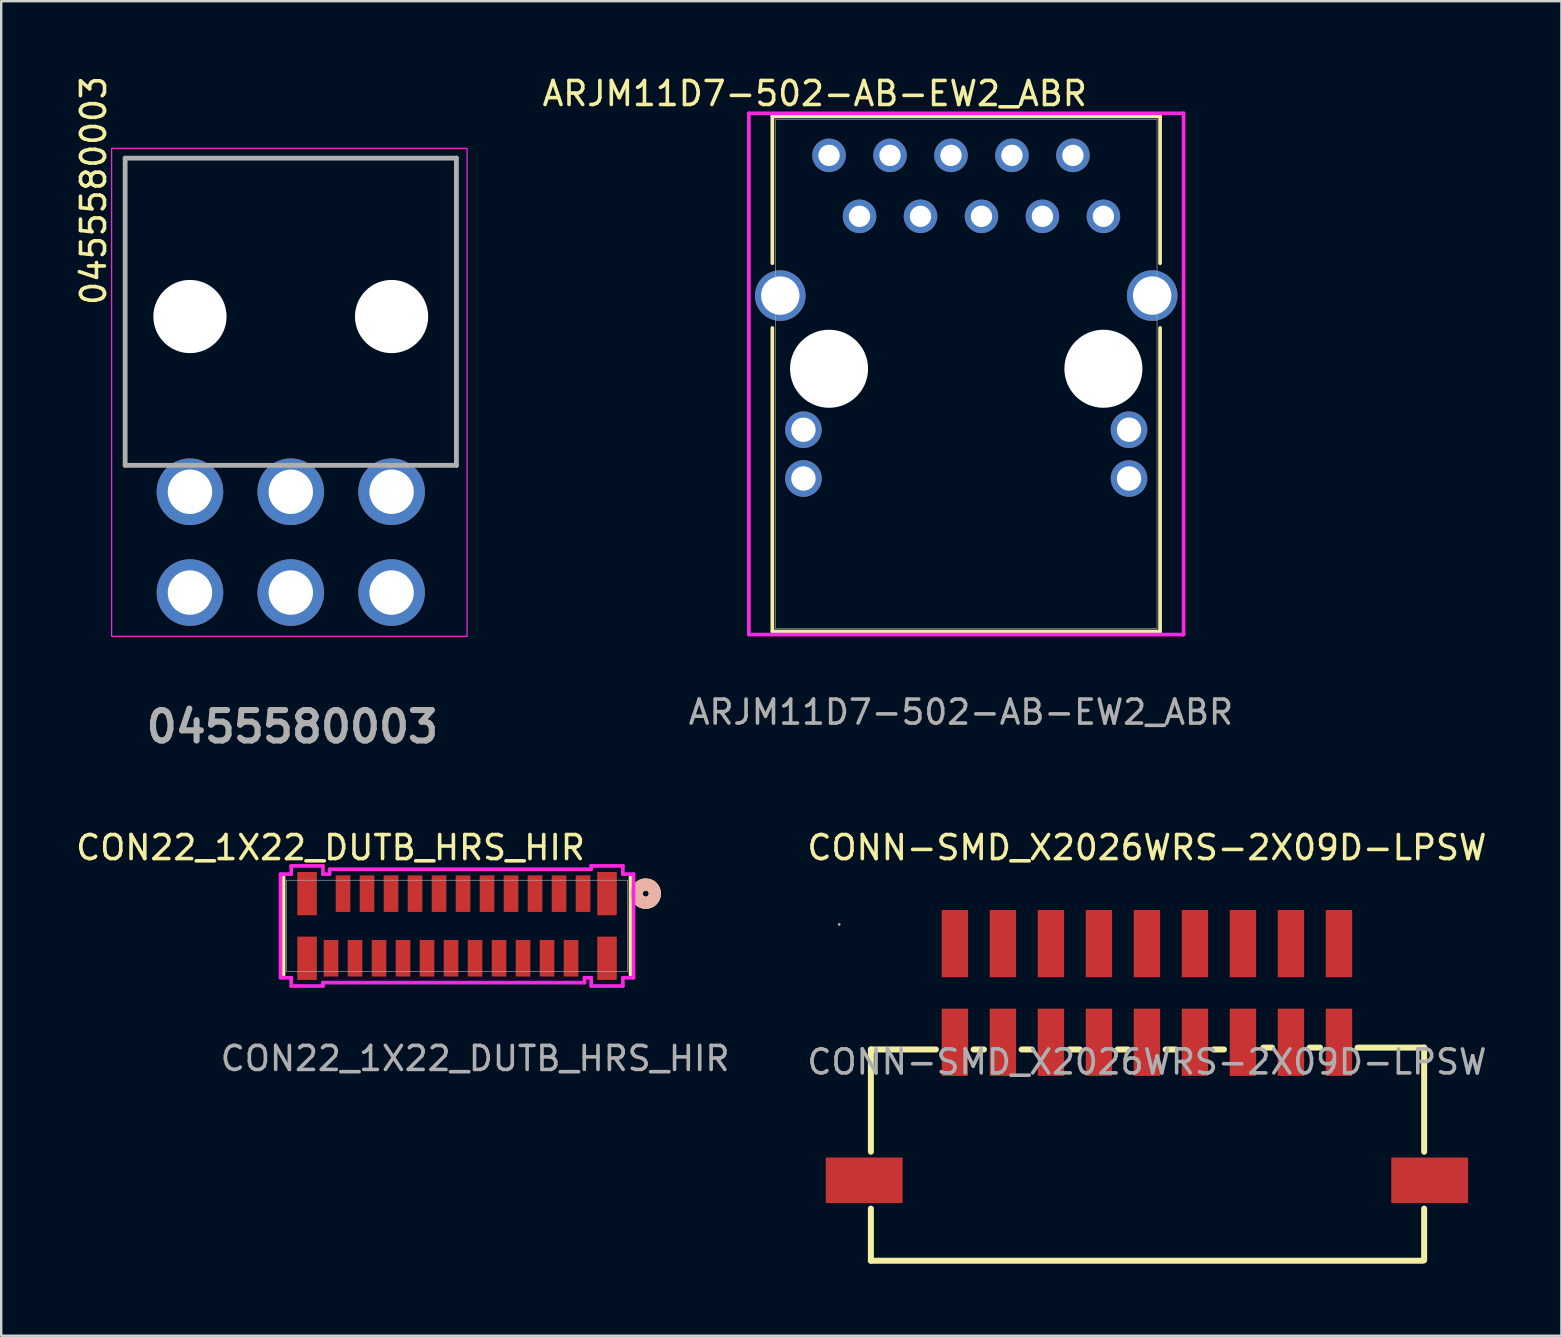
<source format=kicad_pcb>
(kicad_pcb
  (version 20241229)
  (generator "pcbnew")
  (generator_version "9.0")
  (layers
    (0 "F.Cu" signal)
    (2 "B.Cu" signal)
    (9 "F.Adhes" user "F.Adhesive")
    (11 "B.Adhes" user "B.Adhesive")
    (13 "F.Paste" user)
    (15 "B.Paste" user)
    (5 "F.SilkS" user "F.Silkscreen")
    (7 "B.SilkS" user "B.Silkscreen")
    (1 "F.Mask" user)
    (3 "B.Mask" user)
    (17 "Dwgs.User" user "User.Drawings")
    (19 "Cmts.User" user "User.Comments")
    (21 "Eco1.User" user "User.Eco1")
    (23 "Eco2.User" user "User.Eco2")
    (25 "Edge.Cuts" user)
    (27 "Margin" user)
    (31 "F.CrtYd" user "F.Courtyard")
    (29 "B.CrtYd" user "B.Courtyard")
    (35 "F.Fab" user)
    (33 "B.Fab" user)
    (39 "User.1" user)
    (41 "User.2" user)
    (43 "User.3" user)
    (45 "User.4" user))
  (footprint "CONN-SMD_X2026WRS-2X09D-LPSW"
    (layer "F.Cu")
    (at 44.732 41.193)
    (property "Reference" "CONN-SMD_X2026WRS-2X09D-LPSW" (at 0 -8.93 0) (layer "F.SilkS") (effects (font (size 1 1) (thickness 0.15))))
    (attr smd)
    (fp_line (start -11.5 -0.52) (end -8.79 -0.52) (stroke (width 0.25) (type solid)) (layer "F.SilkS"))
    (fp_line (start -11.5 3.74) (end -11.5 -0.52) (stroke (width 0.25) (type solid)) (layer "F.SilkS"))
    (fp_line (start -11.5 8.28) (end -11.5 6.11) (stroke (width 0.25) (type solid)) (layer "F.SilkS"))
    (fp_line (start -11.5 8.28) (end 11.5 8.28) (stroke (width 0.25) (type solid)) (layer "F.SilkS"))
    (fp_line (start -7.22 -0.52) (end -6.79 -0.52) (stroke (width 0.25) (type solid)) (layer "F.SilkS"))
    (fp_line (start -5.22 -0.52) (end -4.79 -0.52) (stroke (width 0.25) (type solid)) (layer "F.SilkS"))
    (fp_line (start -3.22 -0.52) (end -2.79 -0.52) (stroke (width 0.25) (type solid)) (layer "F.SilkS"))
    (fp_line (start -1.22 -0.52) (end -0.79 -0.52) (stroke (width 0.25) (type solid)) (layer "F.SilkS"))
    (fp_line (start 0.78 -0.52) (end 1.21 -0.52) (stroke (width 0.25) (type solid)) (layer "F.SilkS"))
    (fp_line (start 2.78 -0.52) (end 3.21 -0.52) (stroke (width 0.25) (type solid)) (layer "F.SilkS"))
    (fp_line (start 5.21 -0.6) (end 4.85 -0.6) (stroke (width 0.25) (type solid)) (layer "F.SilkS"))
    (fp_line (start 7.21 -0.6) (end 6.78 -0.6) (stroke (width 0.25) (type solid)) (layer "F.SilkS"))
    (fp_line (start 8.78 -0.6) (end 11.55 -0.6) (stroke (width 0.25) (type solid)) (layer "F.SilkS"))
    (fp_line (start 11.55 -0.6) (end 11.55 3.74) (stroke (width 0.25) (type solid)) (layer "F.SilkS"))
    (fp_line (start 11.55 6.11) (end 11.55 8.26) (stroke (width 0.25) (type solid)) (layer "F.SilkS"))
    (fp_circle (center -12.82 -5.73) (end -12.79 -5.73) (stroke (width 0.06) (type solid)) (fill no) (layer "F.Fab"))
    (fp_text user "${REFERENCE}" (at 0 0 0) (layer "F.Fab") (effects (font (size 1 1) (thickness 0.15))))
    (pad "1" smd rect (at -8 -0.82) (size 1.1 2.8) (layers "F.Cu" "F.Mask" "F.Paste"))
    (pad "2" smd rect (at -8 -4.93) (size 1.1 2.8) (layers "F.Cu" "F.Mask" "F.Paste"))
    (pad "3" smd rect (at -6 -0.82) (size 1.1 2.8) (layers "F.Cu" "F.Mask" "F.Paste"))
    (pad "4" smd rect (at -6 -4.93) (size 1.1 2.8) (layers "F.Cu" "F.Mask" "F.Paste"))
    (pad "5" smd rect (at -4 -0.82) (size 1.1 2.8) (layers "F.Cu" "F.Mask" "F.Paste"))
    (pad "6" smd rect (at -4 -4.93) (size 1.1 2.8) (layers "F.Cu" "F.Mask" "F.Paste"))
    (pad "7" smd rect (at -2 -0.82) (size 1.1 2.8) (layers "F.Cu" "F.Mask" "F.Paste"))
    (pad "8" smd rect (at -2 -4.93) (size 1.1 2.8) (layers "F.Cu" "F.Mask" "F.Paste"))
    (pad "9" smd rect (at 0 -0.82) (size 1.1 2.8) (layers "F.Cu" "F.Mask" "F.Paste"))
    (pad "10" smd rect (at 0 -4.93) (size 1.1 2.8) (layers "F.Cu" "F.Mask" "F.Paste"))
    (pad "11" smd rect (at 2 -0.82) (size 1.1 2.8) (layers "F.Cu" "F.Mask" "F.Paste"))
    (pad "12" smd rect (at 2 -4.93) (size 1.1 2.8) (layers "F.Cu" "F.Mask" "F.Paste"))
    (pad "13" smd rect (at 4 -0.82) (size 1.1 2.8) (layers "F.Cu" "F.Mask" "F.Paste"))
    (pad "14" smd rect (at 4 -4.93) (size 1.1 2.8) (layers "F.Cu" "F.Mask" "F.Paste"))
    (pad "15" smd rect (at 6 -0.82) (size 1.1 2.8) (layers "F.Cu" "F.Mask" "F.Paste"))
    (pad "16" smd rect (at 6 -4.93) (size 1.1 2.8) (layers "F.Cu" "F.Mask" "F.Paste"))
    (pad "17" smd rect (at 8 -0.82) (size 1.1 2.8) (layers "F.Cu" "F.Mask" "F.Paste"))
    (pad "18" smd rect (at 8 -4.93) (size 1.1 2.8) (layers "F.Cu" "F.Mask" "F.Paste"))
    (pad "19" smd rect (at 11.78 4.93 180) (size 3.2 1.9) (layers "F.Cu" "F.Mask" "F.Paste"))
    (pad "20" smd rect (at -11.78 4.93 180) (size 3.2 1.9) (layers "F.Cu" "F.Mask" "F.Paste")))
  (footprint "ARJM11D7-502-AB-EW2_ABR"
    (layer "F.Cu")
    (at 42.919 5.963)
    (property "Reference" "ARJM11D7-502-AB-EW2_ABR" (at -12.025 -5.115 0) (unlocked yes) (layer "F.SilkS") (effects (font (size 1 1) (thickness 0.15))))
    (attr through_hole)
    (fp_line (start -13.792 -4.166) (end -13.792 1.955) (stroke (width 0.152) (type solid)) (layer "F.SilkS"))
    (fp_line (start -13.792 4.649) (end -13.792 17.297) (stroke (width 0.152) (type solid)) (layer "F.SilkS"))
    (fp_line (start -13.792 17.297) (end 2.362 17.297) (stroke (width 0.152) (type solid)) (layer "F.SilkS"))
    (fp_line (start 2.362 -4.166) (end -13.792 -4.166) (stroke (width 0.152) (type solid)) (layer "F.SilkS"))
    (fp_line (start 2.362 1.955) (end 2.362 -4.166) (stroke (width 0.152) (type solid)) (layer "F.SilkS"))
    (fp_line (start 2.362 17.297) (end 2.362 4.649) (stroke (width 0.152) (type solid)) (layer "F.SilkS"))
    (fp_line (start -14.77 -4.293) (end -14.77 17.424) (stroke (width 0.152) (type solid)) (layer "F.CrtYd"))
    (fp_line (start -14.77 17.424) (end 3.34 17.424) (stroke (width 0.152) (type solid)) (layer "F.CrtYd"))
    (fp_line (start 3.34 -4.293) (end -14.77 -4.293) (stroke (width 0.152) (type solid)) (layer "F.CrtYd"))
    (fp_line (start 3.34 17.424) (end 3.34 -4.293) (stroke (width 0.152) (type solid)) (layer "F.CrtYd"))
    (fp_line (start -13.665 -4.039) (end -13.665 17.17) (stroke (width 0.025) (type solid)) (layer "F.Fab"))
    (fp_line (start -13.665 17.17) (end 2.235 17.17) (stroke (width 0.025) (type solid)) (layer "F.Fab"))
    (fp_line (start 2.235 -4.039) (end -13.665 -4.039) (stroke (width 0.025) (type solid)) (layer "F.Fab"))
    (fp_line (start 2.235 17.17) (end 2.235 -4.039) (stroke (width 0.025) (type solid)) (layer "F.Fab"))
    (fp_text user "${REFERENCE}" (at -5.935 20.655 0) (unlocked yes) (layer "F.Fab") (effects (font (size 1 1) (thickness 0.15))))
    (pad "" np_thru_hole circle (at -11.43 6.35) (size 3.251 3.251) (drill 3.251) (layers "*.Cu" "*.Mask"))
    (pad "" np_thru_hole circle (at 0 6.35) (size 3.251 3.251) (drill 3.251) (layers "*.Cu" "*.Mask"))
    (pad "1" thru_hole circle (at 0 0) (size 1.397 1.397) (drill 0.889) (layers "*.Cu" "*.Mask"))
    (pad "2" thru_hole circle (at -1.27 -2.54) (size 1.397 1.397) (drill 0.889) (layers "*.Cu" "*.Mask"))
    (pad "3" thru_hole circle (at -2.54 0) (size 1.397 1.397) (drill 0.889) (layers "*.Cu" "*.Mask"))
    (pad "4" thru_hole circle (at -3.81 -2.54) (size 1.397 1.397) (drill 0.889) (layers "*.Cu" "*.Mask"))
    (pad "5" thru_hole circle (at -5.08 0) (size 1.397 1.397) (drill 0.889) (layers "*.Cu" "*.Mask"))
    (pad "6" thru_hole circle (at -6.35 -2.54) (size 1.397 1.397) (drill 0.889) (layers "*.Cu" "*.Mask"))
    (pad "7" thru_hole circle (at -7.62 0) (size 1.397 1.397) (drill 0.889) (layers "*.Cu" "*.Mask"))
    (pad "8" thru_hole circle (at -8.89 -2.54) (size 1.397 1.397) (drill 0.889) (layers "*.Cu" "*.Mask"))
    (pad "9" thru_hole circle (at -10.16 0) (size 1.397 1.397) (drill 0.889) (layers "*.Cu" "*.Mask"))
    (pad "10" thru_hole circle (at -11.43 -2.54) (size 1.397 1.397) (drill 0.889) (layers "*.Cu" "*.Mask"))
    (pad "11" thru_hole circle (at -12.497 8.89) (size 1.524 1.524) (drill 1.016) (layers "*.Cu" "*.Mask"))
    (pad "12" thru_hole circle (at -12.497 10.922) (size 1.524 1.524) (drill 1.016) (layers "*.Cu" "*.Mask"))
    (pad "13" thru_hole circle (at 1.067 8.89) (size 1.524 1.524) (drill 1.016) (layers "*.Cu" "*.Mask"))
    (pad "14" thru_hole circle (at 1.067 10.922) (size 1.524 1.524) (drill 1.016) (layers "*.Cu" "*.Mask"))
    (pad "15" thru_hole circle (at -13.462 3.302) (size 2.108 2.108) (drill 1.6) (layers "*.Cu" "*.Mask"))
    (pad "16" thru_hole circle (at 2.032 3.302) (size 2.108 2.108) (drill 1.6) (layers "*.Cu" "*.Mask")))
  (footprint "0455580003"
    (layer "F.Cu")
    (at 4.864 17.437)
    (property "Reference" "0455580003" (at -4.016 -12.55 90) (layer "F.SilkS") (effects (font (size 1 1) (thickness 0.15))))
    (attr through_hole)
    (fp_line (start -2.7 -13.9) (end 11.1 -13.9) (stroke (width 0.1) (type solid)) (layer "F.SilkS"))
    (fp_line (start -2.7 -1.35) (end -2.7 -13.9) (stroke (width 0.1) (type solid)) (layer "F.SilkS"))
    (fp_line (start 11.1 -13.9) (end 11.1 -1.35) (stroke (width 0.1) (type solid)) (layer "F.SilkS"))
    (fp_rect (start -3.263 -14.307) (end 11.546 6.024) (stroke (width 0.05) (type default)) (fill no) (layer "F.CrtYd"))
    (fp_line (start -2.7 -13.9) (end 11.1 -13.9) (stroke (width 0.2) (type solid)) (layer "F.Fab"))
    (fp_line (start -2.7 -1.1) (end -2.7 -13.9) (stroke (width 0.2) (type solid)) (layer "F.Fab"))
    (fp_line (start 11.1 -13.9) (end 11.1 -1.1) (stroke (width 0.2) (type solid)) (layer "F.Fab"))
    (fp_line (start 11.1 -1.1) (end -2.7 -1.1) (stroke (width 0.2) (type solid)) (layer "F.Fab"))
    (fp_text user "${REFERENCE}" (at 4.267 9.789 0) (layer "F.Fab") (effects (font (size 1.27 1.27) (thickness 0.254))))
    (pad "" np_thru_hole circle (at 0 -7.3) (size 3.05 3.05) (drill 3.05) (layers "*.Cu" "*.Mask"))
    (pad "" np_thru_hole circle (at 8.4 -7.3) (size 3.05 3.05) (drill 3.05) (layers "*.Cu" "*.Mask"))
    (pad "1" thru_hole circle (at 0 0) (size 2.775 2.775) (drill 1.85) (layers "*.Cu" "*.Mask"))
    (pad "2" thru_hole circle (at 4.2 0) (size 2.775 2.775) (drill 1.85) (layers "*.Cu" "*.Mask"))
    (pad "3" thru_hole circle (at 8.4 0) (size 2.775 2.775) (drill 1.85) (layers "*.Cu" "*.Mask"))
    (pad "4" thru_hole circle (at 0 4.2) (size 2.775 2.775) (drill 1.85) (layers "*.Cu" "*.Mask"))
    (pad "5" thru_hole circle (at 4.2 4.2) (size 2.775 2.775) (drill 1.85) (layers "*.Cu" "*.Mask"))
    (pad "6" thru_hole circle (at 8.4 4.2) (size 2.775 2.775) (drill 1.85) (layers "*.Cu" "*.Mask")))
  (footprint "CON22_1X22_DUTB_HRS_HIR"
    (layer "F.Cu")
    (at 15.991 35.526)
    (property "Reference" "CON22_1X22_DUTB_HRS_HIR" (at -5.271 -3.263 0) (unlocked yes) (layer "F.SilkS") (effects (font (size 1 1) (thickness 0.15))))
    (attr smd)
    (fp_line (start -7.226 -2.032) (end -7.226 2.032) (stroke (width 0.152) (type solid)) (layer "F.SilkS"))
    (fp_line (start 7.226 2.032) (end 7.226 -2.032) (stroke (width 0.152) (type solid)) (layer "F.SilkS"))
    (fp_circle (center 7.861 -1.346) (end 8.242 -1.346) (stroke (width 0.508) (type solid)) (fill no) (layer "F.SilkS"))
    (fp_circle (center 7.861 -1.346) (end 8.242 -1.346) (stroke (width 0.508) (type solid)) (fill no) (layer "B.SilkS"))
    (fp_line (start -7.353 -2.159) (end -7.353 2.159) (stroke (width 0.152) (type solid)) (layer "F.CrtYd"))
    (fp_line (start -7.353 2.159) (end -6.909 2.159) (stroke (width 0.152) (type solid)) (layer "F.CrtYd"))
    (fp_line (start -6.909 -2.502) (end -6.909 -2.159) (stroke (width 0.152) (type solid)) (layer "F.CrtYd"))
    (fp_line (start -6.909 -2.159) (end -7.353 -2.159) (stroke (width 0.152) (type solid)) (layer "F.CrtYd"))
    (fp_line (start -6.909 2.159) (end -6.909 2.502) (stroke (width 0.152) (type solid)) (layer "F.CrtYd"))
    (fp_line (start -6.909 2.502) (end -5.588 2.502) (stroke (width 0.152) (type solid)) (layer "F.CrtYd"))
    (fp_line (start -5.588 -2.502) (end -6.909 -2.502) (stroke (width 0.152) (type solid)) (layer "F.CrtYd"))
    (fp_line (start -5.588 -2.159) (end -5.588 -2.502) (stroke (width 0.152) (type solid)) (layer "F.CrtYd"))
    (fp_line (start -5.588 2.362) (end 5.309 2.362) (stroke (width 0.152) (type solid)) (layer "F.CrtYd"))
    (fp_line (start -5.588 2.502) (end -5.588 2.362) (stroke (width 0.152) (type solid)) (layer "F.CrtYd"))
    (fp_line (start -5.309 -2.362) (end -5.309 -2.159) (stroke (width 0.152) (type solid)) (layer "F.CrtYd"))
    (fp_line (start -5.309 -2.159) (end -5.588 -2.159) (stroke (width 0.152) (type solid)) (layer "F.CrtYd"))
    (fp_line (start 5.309 2.159) (end 5.588 2.159) (stroke (width 0.152) (type solid)) (layer "F.CrtYd"))
    (fp_line (start 5.309 2.362) (end 5.309 2.159) (stroke (width 0.152) (type solid)) (layer "F.CrtYd"))
    (fp_line (start 5.588 -2.502) (end 5.588 -2.362) (stroke (width 0.152) (type solid)) (layer "F.CrtYd"))
    (fp_line (start 5.588 -2.362) (end -5.309 -2.362) (stroke (width 0.152) (type solid)) (layer "F.CrtYd"))
    (fp_line (start 5.588 2.159) (end 5.588 2.502) (stroke (width 0.152) (type solid)) (layer "F.CrtYd"))
    (fp_line (start 5.588 2.502) (end 6.909 2.502) (stroke (width 0.152) (type solid)) (layer "F.CrtYd"))
    (fp_line (start 6.909 -2.502) (end 5.588 -2.502) (stroke (width 0.152) (type solid)) (layer "F.CrtYd"))
    (fp_line (start 6.909 -2.159) (end 6.909 -2.502) (stroke (width 0.152) (type solid)) (layer "F.CrtYd"))
    (fp_line (start 6.909 2.159) (end 7.353 2.159) (stroke (width 0.152) (type solid)) (layer "F.CrtYd"))
    (fp_line (start 6.909 2.502) (end 6.909 2.159) (stroke (width 0.152) (type solid)) (layer "F.CrtYd"))
    (fp_line (start 7.353 -2.159) (end 6.909 -2.159) (stroke (width 0.152) (type solid)) (layer "F.CrtYd"))
    (fp_line (start 7.353 2.159) (end 7.353 -2.159) (stroke (width 0.152) (type solid)) (layer "F.CrtYd"))
    (fp_line (start -7.099 -1.905) (end -7.099 1.905) (stroke (width 0.025) (type solid)) (layer "F.Fab"))
    (fp_line (start -7.099 1.905) (end 7.099 1.905) (stroke (width 0.025) (type solid)) (layer "F.Fab"))
    (fp_line (start 7.099 -1.905) (end -7.099 -1.905) (stroke (width 0.025) (type solid)) (layer "F.Fab"))
    (fp_line (start 7.099 1.905) (end 7.099 -1.905) (stroke (width 0.025) (type solid)) (layer "F.Fab"))
    (fp_text user "${REFERENCE}" (at 0.753 5.522 0) (unlocked yes) (layer "F.Fab") (effects (font (size 1 1) (thickness 0.15))))
    (pad "1" smd rect (at 5.25 -1.346) (size 0.61 1.524) (layers "F.Cu" "F.Mask" "F.Paste"))
    (pad "2" smd rect (at 4.75 1.346) (size 0.61 1.524) (layers "F.Cu" "F.Mask" "F.Paste"))
    (pad "3" smd rect (at 4.25 -1.346) (size 0.61 1.524) (layers "F.Cu" "F.Mask" "F.Paste"))
    (pad "4" smd rect (at 3.75 1.346) (size 0.61 1.524) (layers "F.Cu" "F.Mask" "F.Paste"))
    (pad "5" smd rect (at 3.25 -1.346) (size 0.61 1.524) (layers "F.Cu" "F.Mask" "F.Paste"))
    (pad "6" smd rect (at 2.75 1.346) (size 0.61 1.524) (layers "F.Cu" "F.Mask" "F.Paste"))
    (pad "7" smd rect (at 2.25 -1.346) (size 0.61 1.524) (layers "F.Cu" "F.Mask" "F.Paste"))
    (pad "8" smd rect (at 1.75 1.346) (size 0.61 1.524) (layers "F.Cu" "F.Mask" "F.Paste"))
    (pad "9" smd rect (at 1.25 -1.346) (size 0.61 1.524) (layers "F.Cu" "F.Mask" "F.Paste"))
    (pad "10" smd rect (at 0.75 1.346) (size 0.61 1.524) (layers "F.Cu" "F.Mask" "F.Paste"))
    (pad "11" smd rect (at 0.25 -1.346) (size 0.61 1.524) (layers "F.Cu" "F.Mask" "F.Paste"))
    (pad "12" smd rect (at -0.25 1.346) (size 0.61 1.524) (layers "F.Cu" "F.Mask" "F.Paste"))
    (pad "13" smd rect (at -0.75 -1.346) (size 0.61 1.524) (layers "F.Cu" "F.Mask" "F.Paste"))
    (pad "14" smd rect (at -1.25 1.346) (size 0.61 1.524) (layers "F.Cu" "F.Mask" "F.Paste"))
    (pad "15" smd rect (at -1.75 -1.346) (size 0.61 1.524) (layers "F.Cu" "F.Mask" "F.Paste"))
    (pad "16" smd rect (at -2.25 1.346) (size 0.61 1.524) (layers "F.Cu" "F.Mask" "F.Paste"))
    (pad "17" smd rect (at -2.75 -1.346) (size 0.61 1.524) (layers "F.Cu" "F.Mask" "F.Paste"))
    (pad "18" smd rect (at -3.25 1.346) (size 0.61 1.524) (layers "F.Cu" "F.Mask" "F.Paste"))
    (pad "19" smd rect (at -3.75 -1.346) (size 0.61 1.524) (layers "F.Cu" "F.Mask" "F.Paste"))
    (pad "20" smd rect (at -4.25 1.346) (size 0.61 1.524) (layers "F.Cu" "F.Mask" "F.Paste"))
    (pad "21" smd rect (at -4.75 -1.346) (size 0.61 1.524) (layers "F.Cu" "F.Mask" "F.Paste"))
    (pad "22" smd rect (at -5.25 1.346) (size 0.61 1.524) (layers "F.Cu" "F.Mask" "F.Paste"))
    (pad "23" smd rect (at -6.248 1.346) (size 0.813 1.803) (layers "F.Cu" "F.Mask" "F.Paste"))
    (pad "24" smd rect (at 6.248 1.346) (size 0.813 1.803) (layers "F.Cu" "F.Mask" "F.Paste"))
    (pad "25" smd rect (at -6.248 -1.346) (size 0.813 1.803) (layers "F.Cu" "F.Mask" "F.Paste"))
    (pad "26" smd rect (at 6.248 -1.346) (size 0.813 1.803) (layers "F.Cu" "F.Mask" "F.Paste")))
  (gr_rect
    (start -3 -3)
    (end 62 52.598)
    (stroke (width 0.1) (type default))
    (fill no)
    (layer "Edge.Cuts")))
</source>
